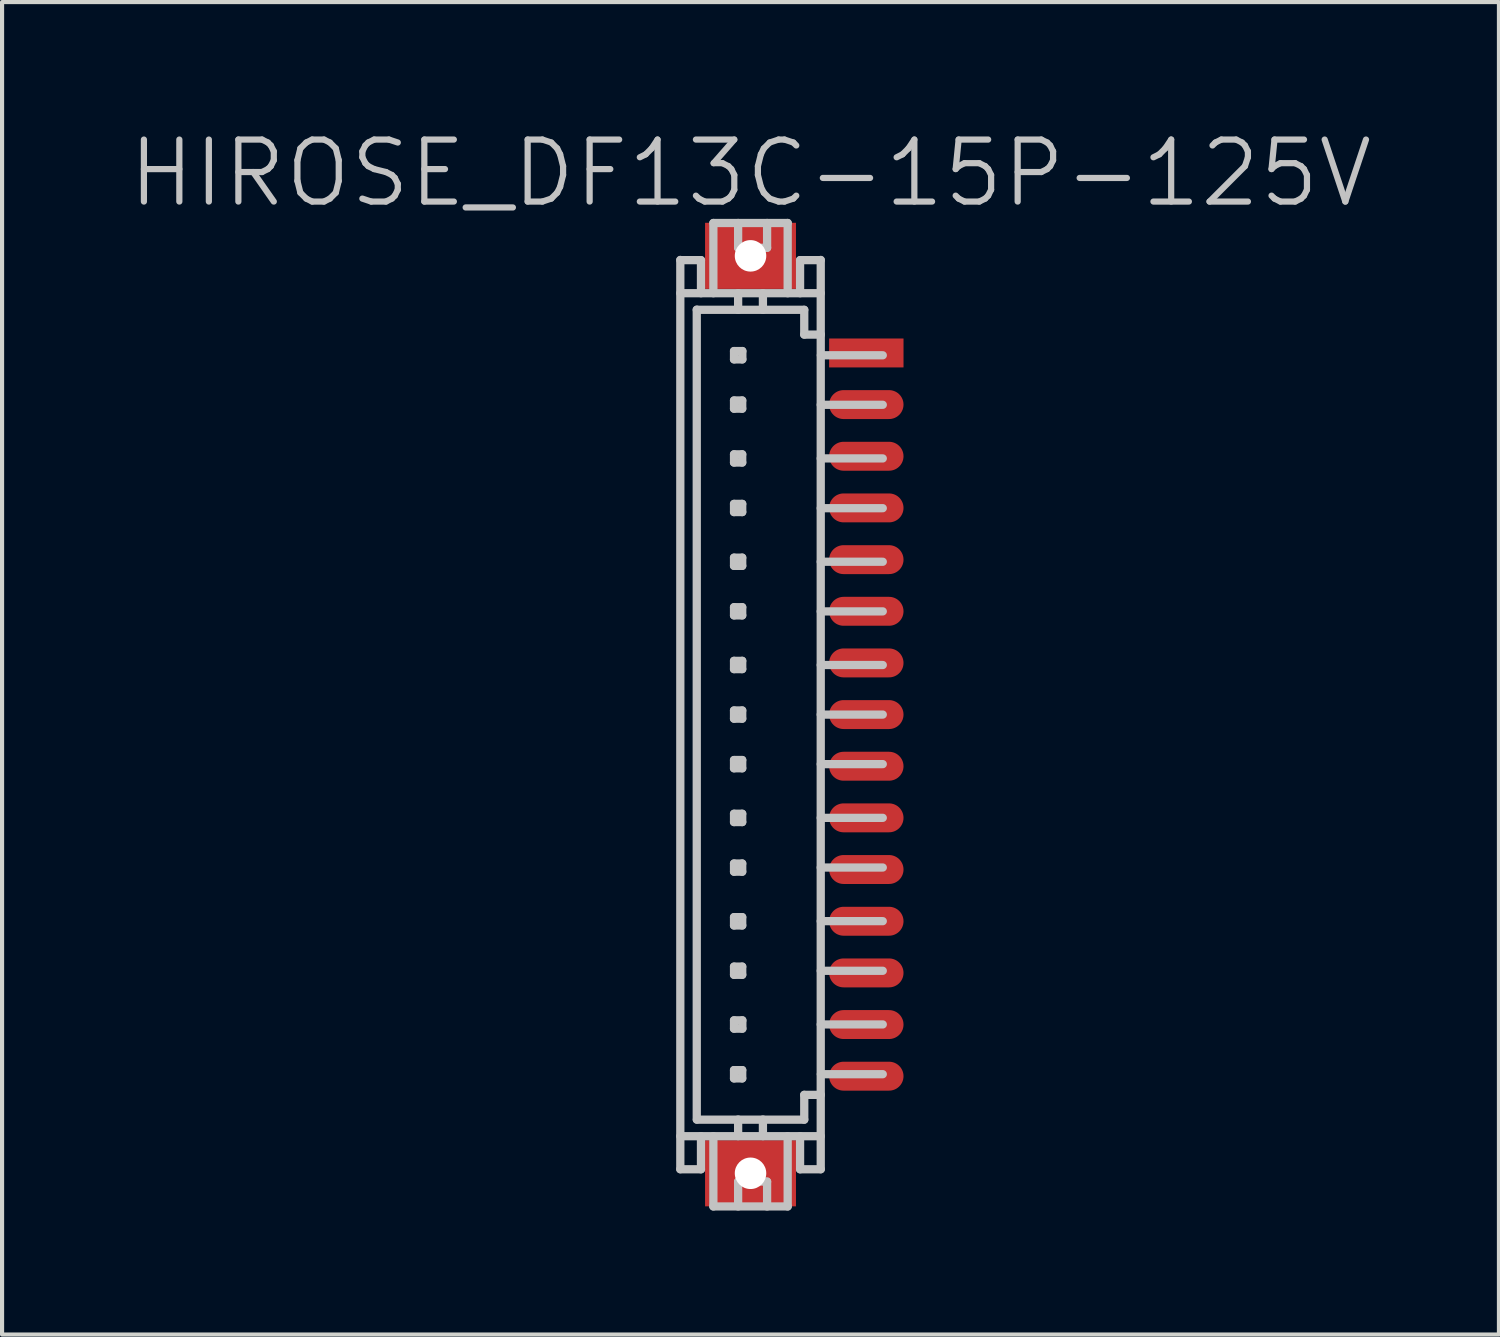
<source format=kicad_pcb>
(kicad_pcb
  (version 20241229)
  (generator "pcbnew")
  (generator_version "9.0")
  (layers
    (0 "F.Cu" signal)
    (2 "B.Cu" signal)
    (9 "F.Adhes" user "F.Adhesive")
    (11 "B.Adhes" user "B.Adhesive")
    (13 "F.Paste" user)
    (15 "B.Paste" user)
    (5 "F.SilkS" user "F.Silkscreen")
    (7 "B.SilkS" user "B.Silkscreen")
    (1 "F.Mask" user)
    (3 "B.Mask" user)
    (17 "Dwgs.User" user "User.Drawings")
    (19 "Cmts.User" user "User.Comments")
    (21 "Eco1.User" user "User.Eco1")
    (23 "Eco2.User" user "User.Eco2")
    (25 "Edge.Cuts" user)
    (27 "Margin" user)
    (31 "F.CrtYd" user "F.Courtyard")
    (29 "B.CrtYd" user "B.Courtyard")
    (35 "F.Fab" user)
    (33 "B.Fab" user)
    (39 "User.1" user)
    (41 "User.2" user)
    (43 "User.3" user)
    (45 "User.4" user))
  (footprint "HIROSE_DF13C-15P-125V"
    (layer "F.Cu")
    (at 15.111 14.241)
    (property "Reference" "HIROSE_DF13C-15P-125V" (at 0 -13.1 180) (layer "Dwgs.User") (effects (font (size 1.5 1.5) (thickness 0.15))))
    (attr smd)
    (fp_line (start -1.699 -10.996) (end -1.199 -10.996) (stroke (width 0.2) (type solid)) (layer "Dwgs.User"))
    (fp_line (start -1.699 11.001) (end -1.699 -11.001) (stroke (width 0.2) (type solid)) (layer "Dwgs.User"))
    (fp_line (start -1.699 11.003) (end -1.199 11.003) (stroke (width 0.2) (type solid)) (layer "Dwgs.User"))
    (fp_line (start -1.301 -9.799) (end -1.301 9.799) (stroke (width 0.2) (type solid)) (layer "Dwgs.User"))
    (fp_line (start -1.301 -9.794) (end 1.3 -9.794) (stroke (width 0.2) (type solid)) (layer "Dwgs.User"))
    (fp_line (start -1.298 9.802) (end 1.3 9.802) (stroke (width 0.2) (type solid)) (layer "Dwgs.User"))
    (fp_line (start -1.199 -10.196) (end -1.199 -10.996) (stroke (width 0.2) (type solid)) (layer "Dwgs.User"))
    (fp_line (start -1.199 11.003) (end -1.199 10.203) (stroke (width 0.2) (type solid)) (layer "Dwgs.User"))
    (fp_line (start -0.899 -11.895) (end -0.899 -10.196) (stroke (width 0.2) (type solid)) (layer "Dwgs.User"))
    (fp_line (start -0.899 -11.895) (end 0.899 -11.895) (stroke (width 0.2) (type solid)) (layer "Dwgs.User"))
    (fp_line (start -0.899 11.902) (end -0.899 10.203) (stroke (width 0.2) (type solid)) (layer "Dwgs.User"))
    (fp_line (start -0.399 -8.796) (end -0.399 -8.595) (stroke (width 0.2) (type solid)) (layer "Dwgs.User"))
    (fp_line (start -0.399 -8.595) (end -0.198 -8.595) (stroke (width 0.2) (type solid)) (layer "Dwgs.User"))
    (fp_line (start -0.399 -7.6) (end -0.201 -7.6) (stroke (width 0.2) (type solid)) (layer "Dwgs.User"))
    (fp_line (start -0.399 -7.402) (end -0.399 -7.6) (stroke (width 0.2) (type solid)) (layer "Dwgs.User"))
    (fp_line (start -0.399 -6.297) (end -0.201 -6.297) (stroke (width 0.2) (type solid)) (layer "Dwgs.User"))
    (fp_line (start -0.399 -6.099) (end -0.399 -6.297) (stroke (width 0.2) (type solid)) (layer "Dwgs.User"))
    (fp_line (start -0.399 -5.098) (end -0.201 -5.098) (stroke (width 0.2) (type solid)) (layer "Dwgs.User"))
    (fp_line (start -0.399 -4.9) (end -0.399 -5.098) (stroke (width 0.2) (type solid)) (layer "Dwgs.User"))
    (fp_line (start -0.399 -3.797) (end -0.201 -3.797) (stroke (width 0.2) (type solid)) (layer "Dwgs.User"))
    (fp_line (start -0.399 -3.599) (end -0.399 -3.797) (stroke (width 0.2) (type solid)) (layer "Dwgs.User"))
    (fp_line (start -0.399 -2.598) (end -0.201 -2.598) (stroke (width 0.2) (type solid)) (layer "Dwgs.User"))
    (fp_line (start -0.399 -2.4) (end -0.399 -2.598) (stroke (width 0.2) (type solid)) (layer "Dwgs.User"))
    (fp_line (start -0.399 -1.3) (end -0.201 -1.3) (stroke (width 0.2) (type solid)) (layer "Dwgs.User"))
    (fp_line (start -0.399 -1.1) (end -0.399 -1.3) (stroke (width 0.2) (type solid)) (layer "Dwgs.User"))
    (fp_line (start -0.399 -0.099) (end -0.201 -0.099) (stroke (width 0.2) (type solid)) (layer "Dwgs.User"))
    (fp_line (start -0.399 0.099) (end -0.399 -0.099) (stroke (width 0.2) (type solid)) (layer "Dwgs.User"))
    (fp_line (start -0.399 1.1) (end -0.201 1.1) (stroke (width 0.2) (type solid)) (layer "Dwgs.User"))
    (fp_line (start -0.399 1.3) (end -0.399 1.1) (stroke (width 0.2) (type solid)) (layer "Dwgs.User"))
    (fp_line (start -0.399 2.4) (end -0.201 2.4) (stroke (width 0.2) (type solid)) (layer "Dwgs.User"))
    (fp_line (start -0.399 2.601) (end -0.399 2.4) (stroke (width 0.2) (type solid)) (layer "Dwgs.User"))
    (fp_line (start -0.399 3.604) (end -0.201 3.604) (stroke (width 0.2) (type solid)) (layer "Dwgs.User"))
    (fp_line (start -0.399 3.802) (end -0.399 3.604) (stroke (width 0.2) (type solid)) (layer "Dwgs.User"))
    (fp_line (start -0.399 4.902) (end -0.201 4.902) (stroke (width 0.2) (type solid)) (layer "Dwgs.User"))
    (fp_line (start -0.399 5.103) (end -0.399 4.902) (stroke (width 0.2) (type solid)) (layer "Dwgs.User"))
    (fp_line (start -0.399 6.099) (end -0.201 6.099) (stroke (width 0.2) (type solid)) (layer "Dwgs.User"))
    (fp_line (start -0.399 6.297) (end -0.399 6.099) (stroke (width 0.2) (type solid)) (layer "Dwgs.User"))
    (fp_line (start -0.399 7.399) (end -0.198 7.399) (stroke (width 0.2) (type solid)) (layer "Dwgs.User"))
    (fp_line (start -0.399 7.6) (end -0.399 7.399) (stroke (width 0.2) (type solid)) (layer "Dwgs.User"))
    (fp_line (start -0.399 8.603) (end -0.201 8.603) (stroke (width 0.2) (type solid)) (layer "Dwgs.User"))
    (fp_line (start -0.399 8.804) (end -0.399 8.603) (stroke (width 0.2) (type solid)) (layer "Dwgs.User"))
    (fp_line (start -0.3 -11.295) (end -0.3 -11.895) (stroke (width 0.2) (type solid)) (layer "Dwgs.User"))
    (fp_line (start -0.3 -10.196) (end -0.3 -9.794) (stroke (width 0.2) (type solid)) (layer "Dwgs.User"))
    (fp_line (start -0.3 9.799) (end -0.3 10.201) (stroke (width 0.2) (type solid)) (layer "Dwgs.User"))
    (fp_line (start -0.3 11.303) (end -0.3 11.902) (stroke (width 0.2) (type solid)) (layer "Dwgs.User"))
    (fp_line (start -0.201 -7.6) (end -0.201 -7.402) (stroke (width 0.2) (type solid)) (layer "Dwgs.User"))
    (fp_line (start -0.201 -7.402) (end -0.399 -7.402) (stroke (width 0.2) (type solid)) (layer "Dwgs.User"))
    (fp_line (start -0.201 -6.297) (end -0.201 -6.099) (stroke (width 0.2) (type solid)) (layer "Dwgs.User"))
    (fp_line (start -0.201 -6.099) (end -0.399 -6.099) (stroke (width 0.2) (type solid)) (layer "Dwgs.User"))
    (fp_line (start -0.201 -5.098) (end -0.201 -4.9) (stroke (width 0.2) (type solid)) (layer "Dwgs.User"))
    (fp_line (start -0.201 -4.9) (end -0.399 -4.9) (stroke (width 0.2) (type solid)) (layer "Dwgs.User"))
    (fp_line (start -0.201 -3.797) (end -0.201 -3.599) (stroke (width 0.2) (type solid)) (layer "Dwgs.User"))
    (fp_line (start -0.201 -3.599) (end -0.399 -3.599) (stroke (width 0.2) (type solid)) (layer "Dwgs.User"))
    (fp_line (start -0.201 -2.598) (end -0.201 -2.4) (stroke (width 0.2) (type solid)) (layer "Dwgs.User"))
    (fp_line (start -0.201 -2.4) (end -0.399 -2.4) (stroke (width 0.2) (type solid)) (layer "Dwgs.User"))
    (fp_line (start -0.201 -1.3) (end -0.201 -1.1) (stroke (width 0.2) (type solid)) (layer "Dwgs.User"))
    (fp_line (start -0.201 -1.1) (end -0.399 -1.1) (stroke (width 0.2) (type solid)) (layer "Dwgs.User"))
    (fp_line (start -0.201 -0.099) (end -0.201 0.099) (stroke (width 0.2) (type solid)) (layer "Dwgs.User"))
    (fp_line (start -0.201 0.099) (end -0.399 0.099) (stroke (width 0.2) (type solid)) (layer "Dwgs.User"))
    (fp_line (start -0.201 1.1) (end -0.201 1.3) (stroke (width 0.2) (type solid)) (layer "Dwgs.User"))
    (fp_line (start -0.201 1.3) (end -0.399 1.3) (stroke (width 0.2) (type solid)) (layer "Dwgs.User"))
    (fp_line (start -0.201 2.4) (end -0.201 2.601) (stroke (width 0.2) (type solid)) (layer "Dwgs.User"))
    (fp_line (start -0.201 2.601) (end -0.399 2.601) (stroke (width 0.2) (type solid)) (layer "Dwgs.User"))
    (fp_line (start -0.201 3.604) (end -0.201 3.802) (stroke (width 0.2) (type solid)) (layer "Dwgs.User"))
    (fp_line (start -0.201 3.802) (end -0.399 3.802) (stroke (width 0.2) (type solid)) (layer "Dwgs.User"))
    (fp_line (start -0.201 4.902) (end -0.201 5.103) (stroke (width 0.2) (type solid)) (layer "Dwgs.User"))
    (fp_line (start -0.201 5.103) (end -0.399 5.103) (stroke (width 0.2) (type solid)) (layer "Dwgs.User"))
    (fp_line (start -0.201 6.099) (end -0.201 6.297) (stroke (width 0.2) (type solid)) (layer "Dwgs.User"))
    (fp_line (start -0.201 6.297) (end -0.399 6.297) (stroke (width 0.2) (type solid)) (layer "Dwgs.User"))
    (fp_line (start -0.201 8.603) (end -0.201 8.804) (stroke (width 0.2) (type solid)) (layer "Dwgs.User"))
    (fp_line (start -0.201 8.804) (end -0.399 8.804) (stroke (width 0.2) (type solid)) (layer "Dwgs.User"))
    (fp_line (start -0.198 -8.796) (end -0.399 -8.796) (stroke (width 0.2) (type solid)) (layer "Dwgs.User"))
    (fp_line (start -0.198 -8.595) (end -0.198 -8.796) (stroke (width 0.2) (type solid)) (layer "Dwgs.User"))
    (fp_line (start -0.198 7.399) (end -0.198 7.6) (stroke (width 0.2) (type solid)) (layer "Dwgs.User"))
    (fp_line (start -0.198 7.6) (end -0.399 7.6) (stroke (width 0.2) (type solid)) (layer "Dwgs.User"))
    (fp_line (start 0.3 -10.196) (end 0.3 -9.794) (stroke (width 0.2) (type solid)) (layer "Dwgs.User"))
    (fp_line (start 0.3 10.201) (end 0.3 9.799) (stroke (width 0.2) (type solid)) (layer "Dwgs.User"))
    (fp_line (start 0.401 -11.895) (end 0.401 -11.295) (stroke (width 0.2) (type solid)) (layer "Dwgs.User"))
    (fp_line (start 0.401 -11.295) (end -0.3 -11.295) (stroke (width 0.2) (type solid)) (layer "Dwgs.User"))
    (fp_line (start 0.401 11.3) (end -0.3 11.3) (stroke (width 0.2) (type solid)) (layer "Dwgs.User"))
    (fp_line (start 0.401 11.303) (end 0.401 11.902) (stroke (width 0.2) (type solid)) (layer "Dwgs.User"))
    (fp_line (start 0.899 -11.895) (end 0.899 -10.196) (stroke (width 0.2) (type solid)) (layer "Dwgs.User"))
    (fp_line (start 0.899 11.902) (end -0.899 11.902) (stroke (width 0.2) (type solid)) (layer "Dwgs.User"))
    (fp_line (start 0.899 11.902) (end 0.899 10.203) (stroke (width 0.2) (type solid)) (layer "Dwgs.User"))
    (fp_line (start 1.199 -10.996) (end 1.699 -10.996) (stroke (width 0.2) (type solid)) (layer "Dwgs.User"))
    (fp_line (start 1.199 -10.196) (end 1.199 -10.996) (stroke (width 0.2) (type solid)) (layer "Dwgs.User"))
    (fp_line (start 1.199 11.003) (end 1.199 10.203) (stroke (width 0.2) (type solid)) (layer "Dwgs.User"))
    (fp_line (start 1.199 11.003) (end 1.699 11.003) (stroke (width 0.2) (type solid)) (layer "Dwgs.User"))
    (fp_line (start 1.3 -9.794) (end 1.3 -9.195) (stroke (width 0.2) (type solid)) (layer "Dwgs.User"))
    (fp_line (start 1.3 9.202) (end 1.702 9.202) (stroke (width 0.2) (type solid)) (layer "Dwgs.User"))
    (fp_line (start 1.3 9.802) (end 1.3 9.202) (stroke (width 0.2) (type solid)) (layer "Dwgs.User"))
    (fp_line (start 1.699 -10.196) (end -1.699 -10.196) (stroke (width 0.2) (type solid)) (layer "Dwgs.User"))
    (fp_line (start 1.699 -7.496) (end 3.2 -7.496) (stroke (width 0.2) (type solid)) (layer "Dwgs.User"))
    (fp_line (start 1.699 -4.994) (end 3.2 -4.994) (stroke (width 0.2) (type solid)) (layer "Dwgs.User"))
    (fp_line (start 1.699 -3.698) (end 3.2 -3.698) (stroke (width 0.2) (type solid)) (layer "Dwgs.User"))
    (fp_line (start 1.699 -1.199) (end 3.2 -1.199) (stroke (width 0.2) (type solid)) (layer "Dwgs.User"))
    (fp_line (start 1.699 0) (end 3.2 0) (stroke (width 0.2) (type solid)) (layer "Dwgs.User"))
    (fp_line (start 1.699 2.499) (end 3.2 2.499) (stroke (width 0.2) (type solid)) (layer "Dwgs.User"))
    (fp_line (start 1.699 6.2) (end 3.2 6.2) (stroke (width 0.2) (type solid)) (layer "Dwgs.User"))
    (fp_line (start 1.699 7.498) (end 3.2 7.498) (stroke (width 0.2) (type solid)) (layer "Dwgs.User"))
    (fp_line (start 1.699 10.203) (end -1.699 10.203) (stroke (width 0.2) (type solid)) (layer "Dwgs.User"))
    (fp_line (start 1.699 11.001) (end 1.699 -11.001) (stroke (width 0.2) (type solid)) (layer "Dwgs.User"))
    (fp_line (start 1.702 -9.195) (end 1.3 -9.195) (stroke (width 0.2) (type solid)) (layer "Dwgs.User"))
    (fp_line (start 1.702 -8.694) (end 3.2 -8.694) (stroke (width 0.2) (type solid)) (layer "Dwgs.User"))
    (fp_line (start 1.702 8.702) (end 3.2 8.702) (stroke (width 0.2) (type solid)) (layer "Dwgs.User"))
    (fp_line (start 3.2 -6.198) (end 1.699 -6.198) (stroke (width 0.2) (type solid)) (layer "Dwgs.User"))
    (fp_line (start 3.2 -2.497) (end 1.699 -2.497) (stroke (width 0.2) (type solid)) (layer "Dwgs.User"))
    (fp_line (start 3.2 1.199) (end 1.699 1.199) (stroke (width 0.2) (type solid)) (layer "Dwgs.User"))
    (fp_line (start 3.2 3.701) (end 1.699 3.701) (stroke (width 0.2) (type solid)) (layer "Dwgs.User"))
    (fp_line (start 3.2 4.999) (end 1.699 4.999) (stroke (width 0.2) (type solid)) (layer "Dwgs.User"))
    (pad "" np_thru_hole rect (at -0.0001 -11.1 270) (size 1.6 2.2) (drill 0.762) (layers "F.Cu" "F.Mask" "F.Paste"))
    (pad "" np_thru_hole rect (at -0.0001 11.1 270) (size 1.6 2.2) (drill 0.762) (layers "F.Cu" "F.Mask" "F.Paste"))
    (pad "1" smd rect (at 2.802 -8.75 270) (size 0.7 1.8) (layers "F.Cu" "F.Mask" "F.Paste"))
    (pad "2" smd oval (at 2.802 -7.501 270) (size 0.7 1.8) (layers "F.Cu" "F.Mask" "F.Paste"))
    (pad "3" smd oval (at 2.802 -6.251 270) (size 0.7 1.8) (layers "F.Cu" "F.Mask" "F.Paste"))
    (pad "4" smd oval (at 2.802 -5.001 270) (size 0.7 1.8) (layers "F.Cu" "F.Mask" "F.Paste"))
    (pad "5" smd oval (at 2.802 -3.749 270) (size 0.7 1.8) (layers "F.Cu" "F.Mask" "F.Paste"))
    (pad "6" smd oval (at 2.802 -2.499 270) (size 0.7 1.8) (layers "F.Cu" "F.Mask" "F.Paste"))
    (pad "7" smd oval (at 2.802 -1.25 270) (size 0.7 1.8) (layers "F.Cu" "F.Mask" "F.Paste"))
    (pad "8" smd oval (at 2.802 0 270) (size 0.7 1.8) (layers "F.Cu" "F.Mask" "F.Paste"))
    (pad "9" smd oval (at 2.802 1.25 270) (size 0.7 1.8) (layers "F.Cu" "F.Mask" "F.Paste"))
    (pad "10" smd oval (at 2.802 2.499 270) (size 0.7 1.8) (layers "F.Cu" "F.Mask" "F.Paste"))
    (pad "11" smd oval (at 2.802 3.749 270) (size 0.7 1.8) (layers "F.Cu" "F.Mask" "F.Paste"))
    (pad "12" smd oval (at 2.802 5.001 270) (size 0.7 1.8) (layers "F.Cu" "F.Mask" "F.Paste"))
    (pad "13" smd oval (at 2.802 6.251 270) (size 0.7 1.8) (layers "F.Cu" "F.Mask" "F.Paste"))
    (pad "14" smd oval (at 2.802 7.501 270) (size 0.7 1.8) (layers "F.Cu" "F.Mask" "F.Paste"))
    (pad "15" smd oval (at 2.802 8.75 270) (size 0.7 1.8) (layers "F.Cu" "F.Mask" "F.Paste")))
  (gr_rect
    (start -3 -3)
    (end 33.221 29.243)
    (stroke (width 0.1) (type default))
    (fill no)
    (layer "Edge.Cuts")))
</source>
